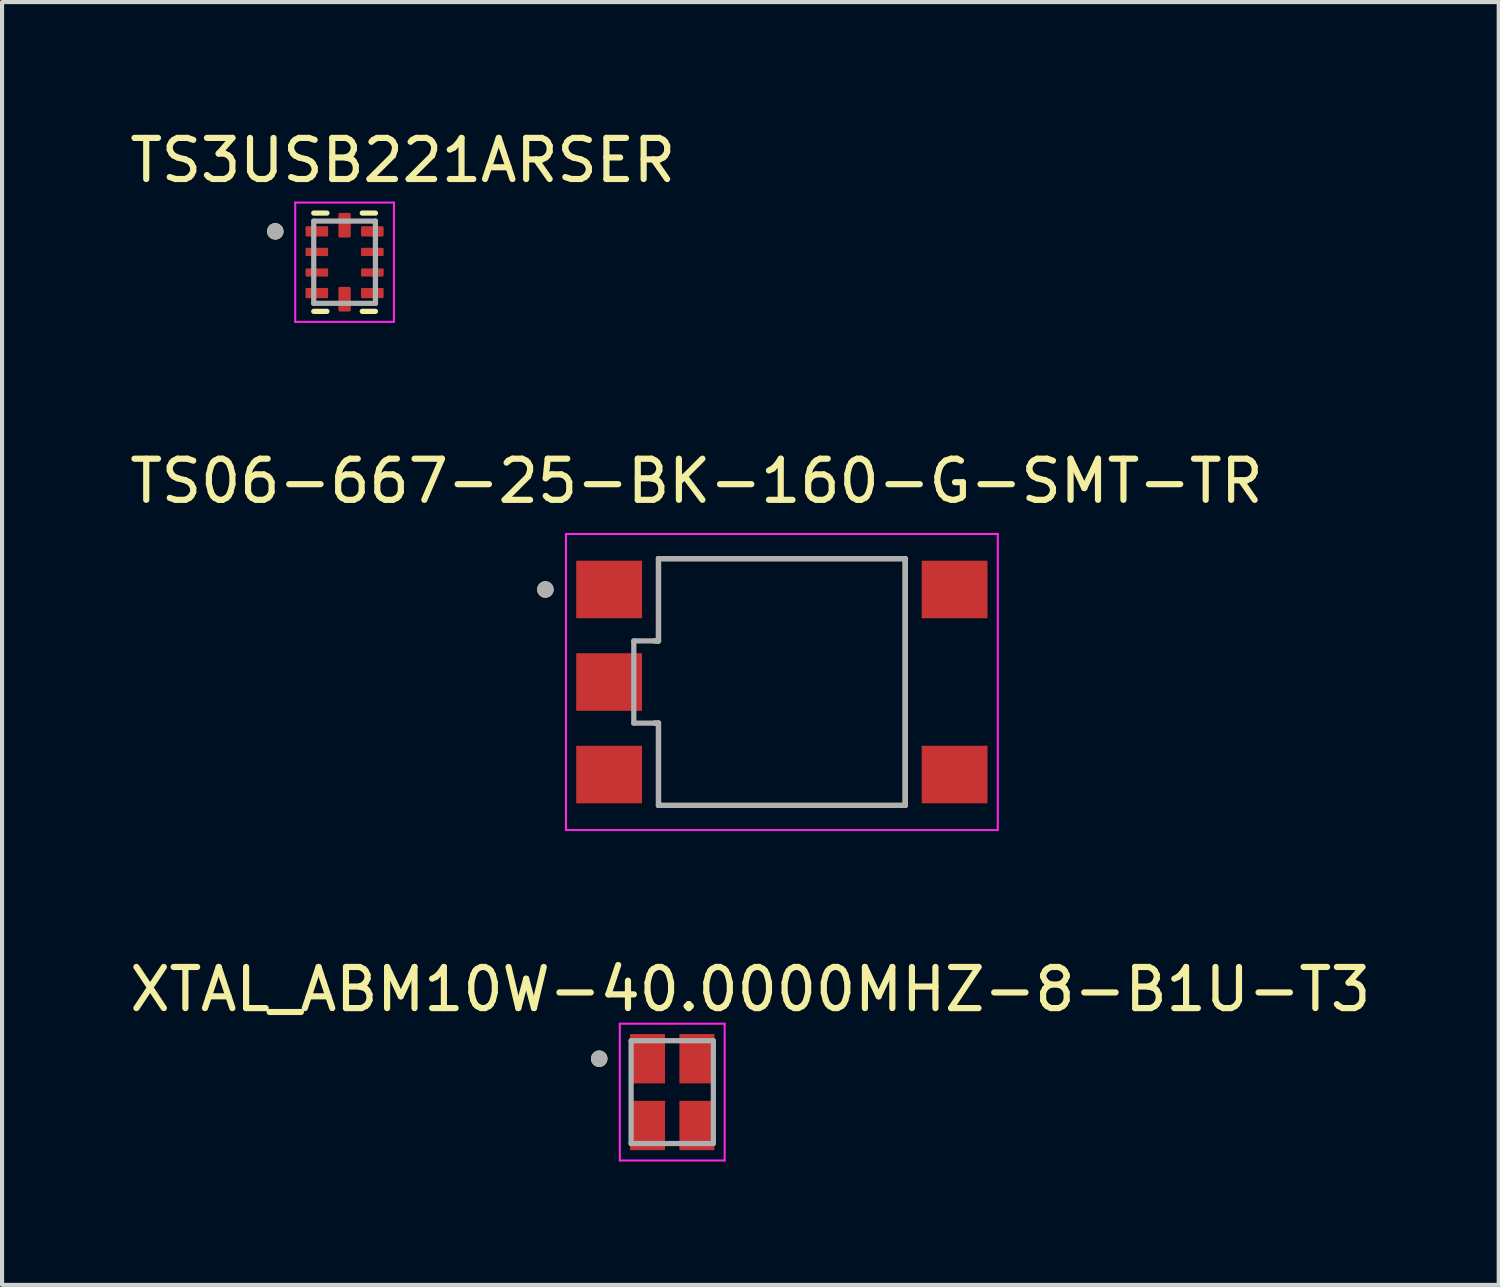
<source format=kicad_pcb>
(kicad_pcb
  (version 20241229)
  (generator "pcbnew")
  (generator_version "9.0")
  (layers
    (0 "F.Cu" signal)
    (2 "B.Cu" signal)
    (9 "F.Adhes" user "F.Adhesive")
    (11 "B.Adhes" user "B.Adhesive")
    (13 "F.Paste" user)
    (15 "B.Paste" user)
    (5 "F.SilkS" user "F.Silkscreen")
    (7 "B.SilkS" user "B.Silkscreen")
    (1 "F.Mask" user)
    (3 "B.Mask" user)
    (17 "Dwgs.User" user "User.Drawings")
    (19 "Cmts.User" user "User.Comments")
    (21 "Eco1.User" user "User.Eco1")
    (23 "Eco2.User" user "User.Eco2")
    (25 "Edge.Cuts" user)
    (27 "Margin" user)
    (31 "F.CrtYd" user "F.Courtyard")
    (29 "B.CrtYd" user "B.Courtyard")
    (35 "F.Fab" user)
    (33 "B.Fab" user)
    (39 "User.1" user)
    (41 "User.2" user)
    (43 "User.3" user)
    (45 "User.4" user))
  (footprint "TS06-667-25-BK-160-G-SMT-TR"
    (layer "F.Cu")
    (at 15.962 13.534)
    (property "Reference" "TS06-667-25-BK-160-G-SMT-TR" (at -2.075 -4.885 0) (layer "F.SilkS") (effects (font (size 1 1) (thickness 0.15))))
    (attr smd)
    (fp_line (start -3 -3) (end -3 -1) (stroke (width 0.127) (type solid)) (layer "F.SilkS"))
    (fp_line (start -3 -1) (end -3.1 -1) (stroke (width 0.127) (type solid)) (layer "F.SilkS"))
    (fp_line (start -3 1) (end -3.1 1) (stroke (width 0.127) (type solid)) (layer "F.SilkS"))
    (fp_line (start -3 1) (end -3 3) (stroke (width 0.127) (type solid)) (layer "F.SilkS"))
    (fp_line (start -3 3) (end 3 3) (stroke (width 0.127) (type solid)) (layer "F.SilkS"))
    (fp_line (start 3 -3) (end -3 -3) (stroke (width 0.127) (type solid)) (layer "F.SilkS"))
    (fp_line (start 3 3) (end 3 -3) (stroke (width 0.127) (type solid)) (layer "F.SilkS"))
    (fp_circle (center -5.75 -2.25) (end -5.65 -2.25) (stroke (width 0.2) (type solid)) (fill no) (layer "F.SilkS"))
    (fp_line (start -5.25 -3.6) (end -5.25 3.6) (stroke (width 0.05) (type solid)) (layer "F.CrtYd"))
    (fp_line (start -5.25 3.6) (end 5.25 3.6) (stroke (width 0.05) (type solid)) (layer "F.CrtYd"))
    (fp_line (start 5.25 -3.6) (end -5.25 -3.6) (stroke (width 0.05) (type solid)) (layer "F.CrtYd"))
    (fp_line (start 5.25 3.6) (end 5.25 -3.6) (stroke (width 0.05) (type solid)) (layer "F.CrtYd"))
    (fp_line (start -3.6 -1) (end -3.6 1) (stroke (width 0.127) (type solid)) (layer "F.Fab"))
    (fp_line (start -3.6 1) (end -3 1) (stroke (width 0.127) (type solid)) (layer "F.Fab"))
    (fp_line (start -3 -3) (end -3 -1) (stroke (width 0.127) (type solid)) (layer "F.Fab"))
    (fp_line (start -3 -1) (end -3.6 -1) (stroke (width 0.127) (type solid)) (layer "F.Fab"))
    (fp_line (start -3 1) (end -3 3) (stroke (width 0.127) (type solid)) (layer "F.Fab"))
    (fp_line (start -3 3) (end 3 3) (stroke (width 0.127) (type solid)) (layer "F.Fab"))
    (fp_line (start 3 -3) (end -3 -3) (stroke (width 0.127) (type solid)) (layer "F.Fab"))
    (fp_line (start 3 3) (end 3 -3) (stroke (width 0.127) (type solid)) (layer "F.Fab"))
    (fp_circle (center -5.75 -2.25) (end -5.65 -2.25) (stroke (width 0.2) (type solid)) (fill no) (layer "F.Fab"))
    (pad "1" smd rect (at -4.2 -2.25) (size 1.6 1.4) (layers "F.Cu" "F.Mask" "F.Paste"))
    (pad "2" smd rect (at -4.2 2.25) (size 1.6 1.4) (layers "F.Cu" "F.Mask" "F.Paste"))
    (pad "3" smd rect (at 4.2 -2.25) (size 1.6 1.4) (layers "F.Cu" "F.Mask" "F.Paste"))
    (pad "4" smd rect (at 4.2 2.25) (size 1.6 1.4) (layers "F.Cu" "F.Mask" "F.Paste"))
    (pad "5" smd rect (at -4.2 0) (size 1.6 1.4) (layers "F.Cu" "F.Mask" "F.Paste")))
  (footprint "TS3USB221ARSER"
    (layer "F.Cu")
    (at 5.329 3.326)
    (property "Reference" "TS3USB221ARSER" (at 1.415 -2.478 0) (layer "F.SilkS") (effects (font (size 1 1) (thickness 0.15))))
    (attr smd)
    (fp_line (start -0.75 -1.195) (end -0.43 -1.195) (stroke (width 0.127) (type solid)) (layer "F.SilkS"))
    (fp_line (start -0.75 1.195) (end -0.43 1.195) (stroke (width 0.127) (type solid)) (layer "F.SilkS"))
    (fp_line (start 0.75 -1.195) (end 0.43 -1.195) (stroke (width 0.127) (type solid)) (layer "F.SilkS"))
    (fp_line (start 0.75 1.195) (end 0.43 1.195) (stroke (width 0.127) (type solid)) (layer "F.SilkS"))
    (fp_circle (center -1.685 -0.75) (end -1.585 -0.75) (stroke (width 0.2) (type solid)) (fill no) (layer "F.SilkS"))
    (fp_line (start -1.2 -1.45) (end 1.2 -1.45) (stroke (width 0.05) (type solid)) (layer "F.CrtYd"))
    (fp_line (start -1.2 1.45) (end -1.2 -1.45) (stroke (width 0.05) (type solid)) (layer "F.CrtYd"))
    (fp_line (start -1.2 1.45) (end 1.2 1.45) (stroke (width 0.05) (type solid)) (layer "F.CrtYd"))
    (fp_line (start 1.2 1.45) (end 1.2 -1.45) (stroke (width 0.05) (type solid)) (layer "F.CrtYd"))
    (fp_line (start -0.75 1) (end -0.75 -1) (stroke (width 0.127) (type solid)) (layer "F.Fab"))
    (fp_line (start 0.75 -1) (end -0.75 -1) (stroke (width 0.127) (type solid)) (layer "F.Fab"))
    (fp_line (start 0.75 1) (end -0.75 1) (stroke (width 0.127) (type solid)) (layer "F.Fab"))
    (fp_line (start 0.75 1) (end 0.75 -1) (stroke (width 0.127) (type solid)) (layer "F.Fab"))
    (fp_circle (center -1.685 -0.75) (end -1.585 -0.75) (stroke (width 0.2) (type solid)) (fill no) (layer "F.Fab"))
    (pad "1" smd roundrect (at -0.675 -0.75) (size 0.55 0.25) (layers "F.Cu" "F.Mask" "F.Paste") (roundrect_rratio 0.125))
    (pad "2" smd roundrect (at -0.675 -0.25) (size 0.55 0.2) (layers "F.Cu" "F.Mask" "F.Paste") (roundrect_rratio 0.125))
    (pad "3" smd roundrect (at -0.675 0.25) (size 0.55 0.2) (layers "F.Cu" "F.Mask" "F.Paste") (roundrect_rratio 0.125))
    (pad "4" smd roundrect (at -0.675 0.75) (size 0.55 0.25) (layers "F.Cu" "F.Mask" "F.Paste") (roundrect_rratio 0.125))
    (pad "5" smd roundrect (at 0 0.9) (size 0.3 0.6) (layers "F.Cu" "F.Mask" "F.Paste") (roundrect_rratio 0.125))
    (pad "6" smd roundrect (at 0.675 0.75) (size 0.55 0.25) (layers "F.Cu" "F.Mask" "F.Paste") (roundrect_rratio 0.125))
    (pad "7" smd roundrect (at 0.675 0.25) (size 0.55 0.2) (layers "F.Cu" "F.Mask" "F.Paste") (roundrect_rratio 0.125))
    (pad "8" smd roundrect (at 0.675 -0.25) (size 0.55 0.2) (layers "F.Cu" "F.Mask" "F.Paste") (roundrect_rratio 0.125))
    (pad "9" smd roundrect (at 0.675 -0.75) (size 0.55 0.25) (layers "F.Cu" "F.Mask" "F.Paste") (roundrect_rratio 0.125))
    (pad "10" smd roundrect (at 0 -0.9) (size 0.3 0.6) (layers "F.Cu" "F.Mask" "F.Paste") (roundrect_rratio 0.125)))
  (footprint "XTAL_ABM10W-40.0000MHZ-8-B1U-T3"
    (layer "F.Cu")
    (at 13.296 23.506)
    (property "Reference" "XTAL_ABM10W-40.0000MHZ-8-B1U-T3" (at 1.9 -2.498 0) (layer "F.SilkS") (effects (font (size 1 1) (thickness 0.15))))
    (attr smd)
    (fp_circle (center -1.775 -0.812) (end -1.675 -0.812) (stroke (width 0.2) (type solid)) (fill no) (layer "F.SilkS"))
    (fp_line (start -1.275 -1.663) (end -1.275 1.663) (stroke (width 0.05) (type solid)) (layer "F.CrtYd"))
    (fp_line (start -1.275 -1.663) (end 1.275 -1.663) (stroke (width 0.05) (type solid)) (layer "F.CrtYd"))
    (fp_line (start 1.275 -1.663) (end 1.275 1.663) (stroke (width 0.05) (type solid)) (layer "F.CrtYd"))
    (fp_line (start 1.275 1.663) (end -1.275 1.663) (stroke (width 0.05) (type solid)) (layer "F.CrtYd"))
    (fp_line (start -1 -1.25) (end -1 1.25) (stroke (width 0.127) (type solid)) (layer "F.Fab"))
    (fp_line (start -1 -1.25) (end 1 -1.25) (stroke (width 0.127) (type solid)) (layer "F.Fab"))
    (fp_line (start 1 -1.25) (end 1 1.25) (stroke (width 0.127) (type solid)) (layer "F.Fab"))
    (fp_line (start 1 1.25) (end -1 1.25) (stroke (width 0.127) (type solid)) (layer "F.Fab"))
    (fp_circle (center -1.775 -0.812) (end -1.675 -0.812) (stroke (width 0.2) (type solid)) (fill no) (layer "F.Fab"))
    (pad "1" smd rect (at -0.6 -0.812) (size 0.85 1.2) (layers "F.Cu" "F.Mask" "F.Paste"))
    (pad "2" smd rect (at -0.6 0.812) (size 0.85 1.2) (layers "F.Cu" "F.Mask" "F.Paste"))
    (pad "3" smd rect (at 0.6 0.812) (size 0.85 1.2) (layers "F.Cu" "F.Mask" "F.Paste"))
    (pad "4" smd rect (at 0.6 -0.812) (size 0.85 1.2) (layers "F.Cu" "F.Mask" "F.Paste")))
  (gr_rect
    (start -3 -3)
    (end 33.393 28.194)
    (stroke (width 0.1) (type default))
    (fill no)
    (layer "Edge.Cuts")))
</source>
